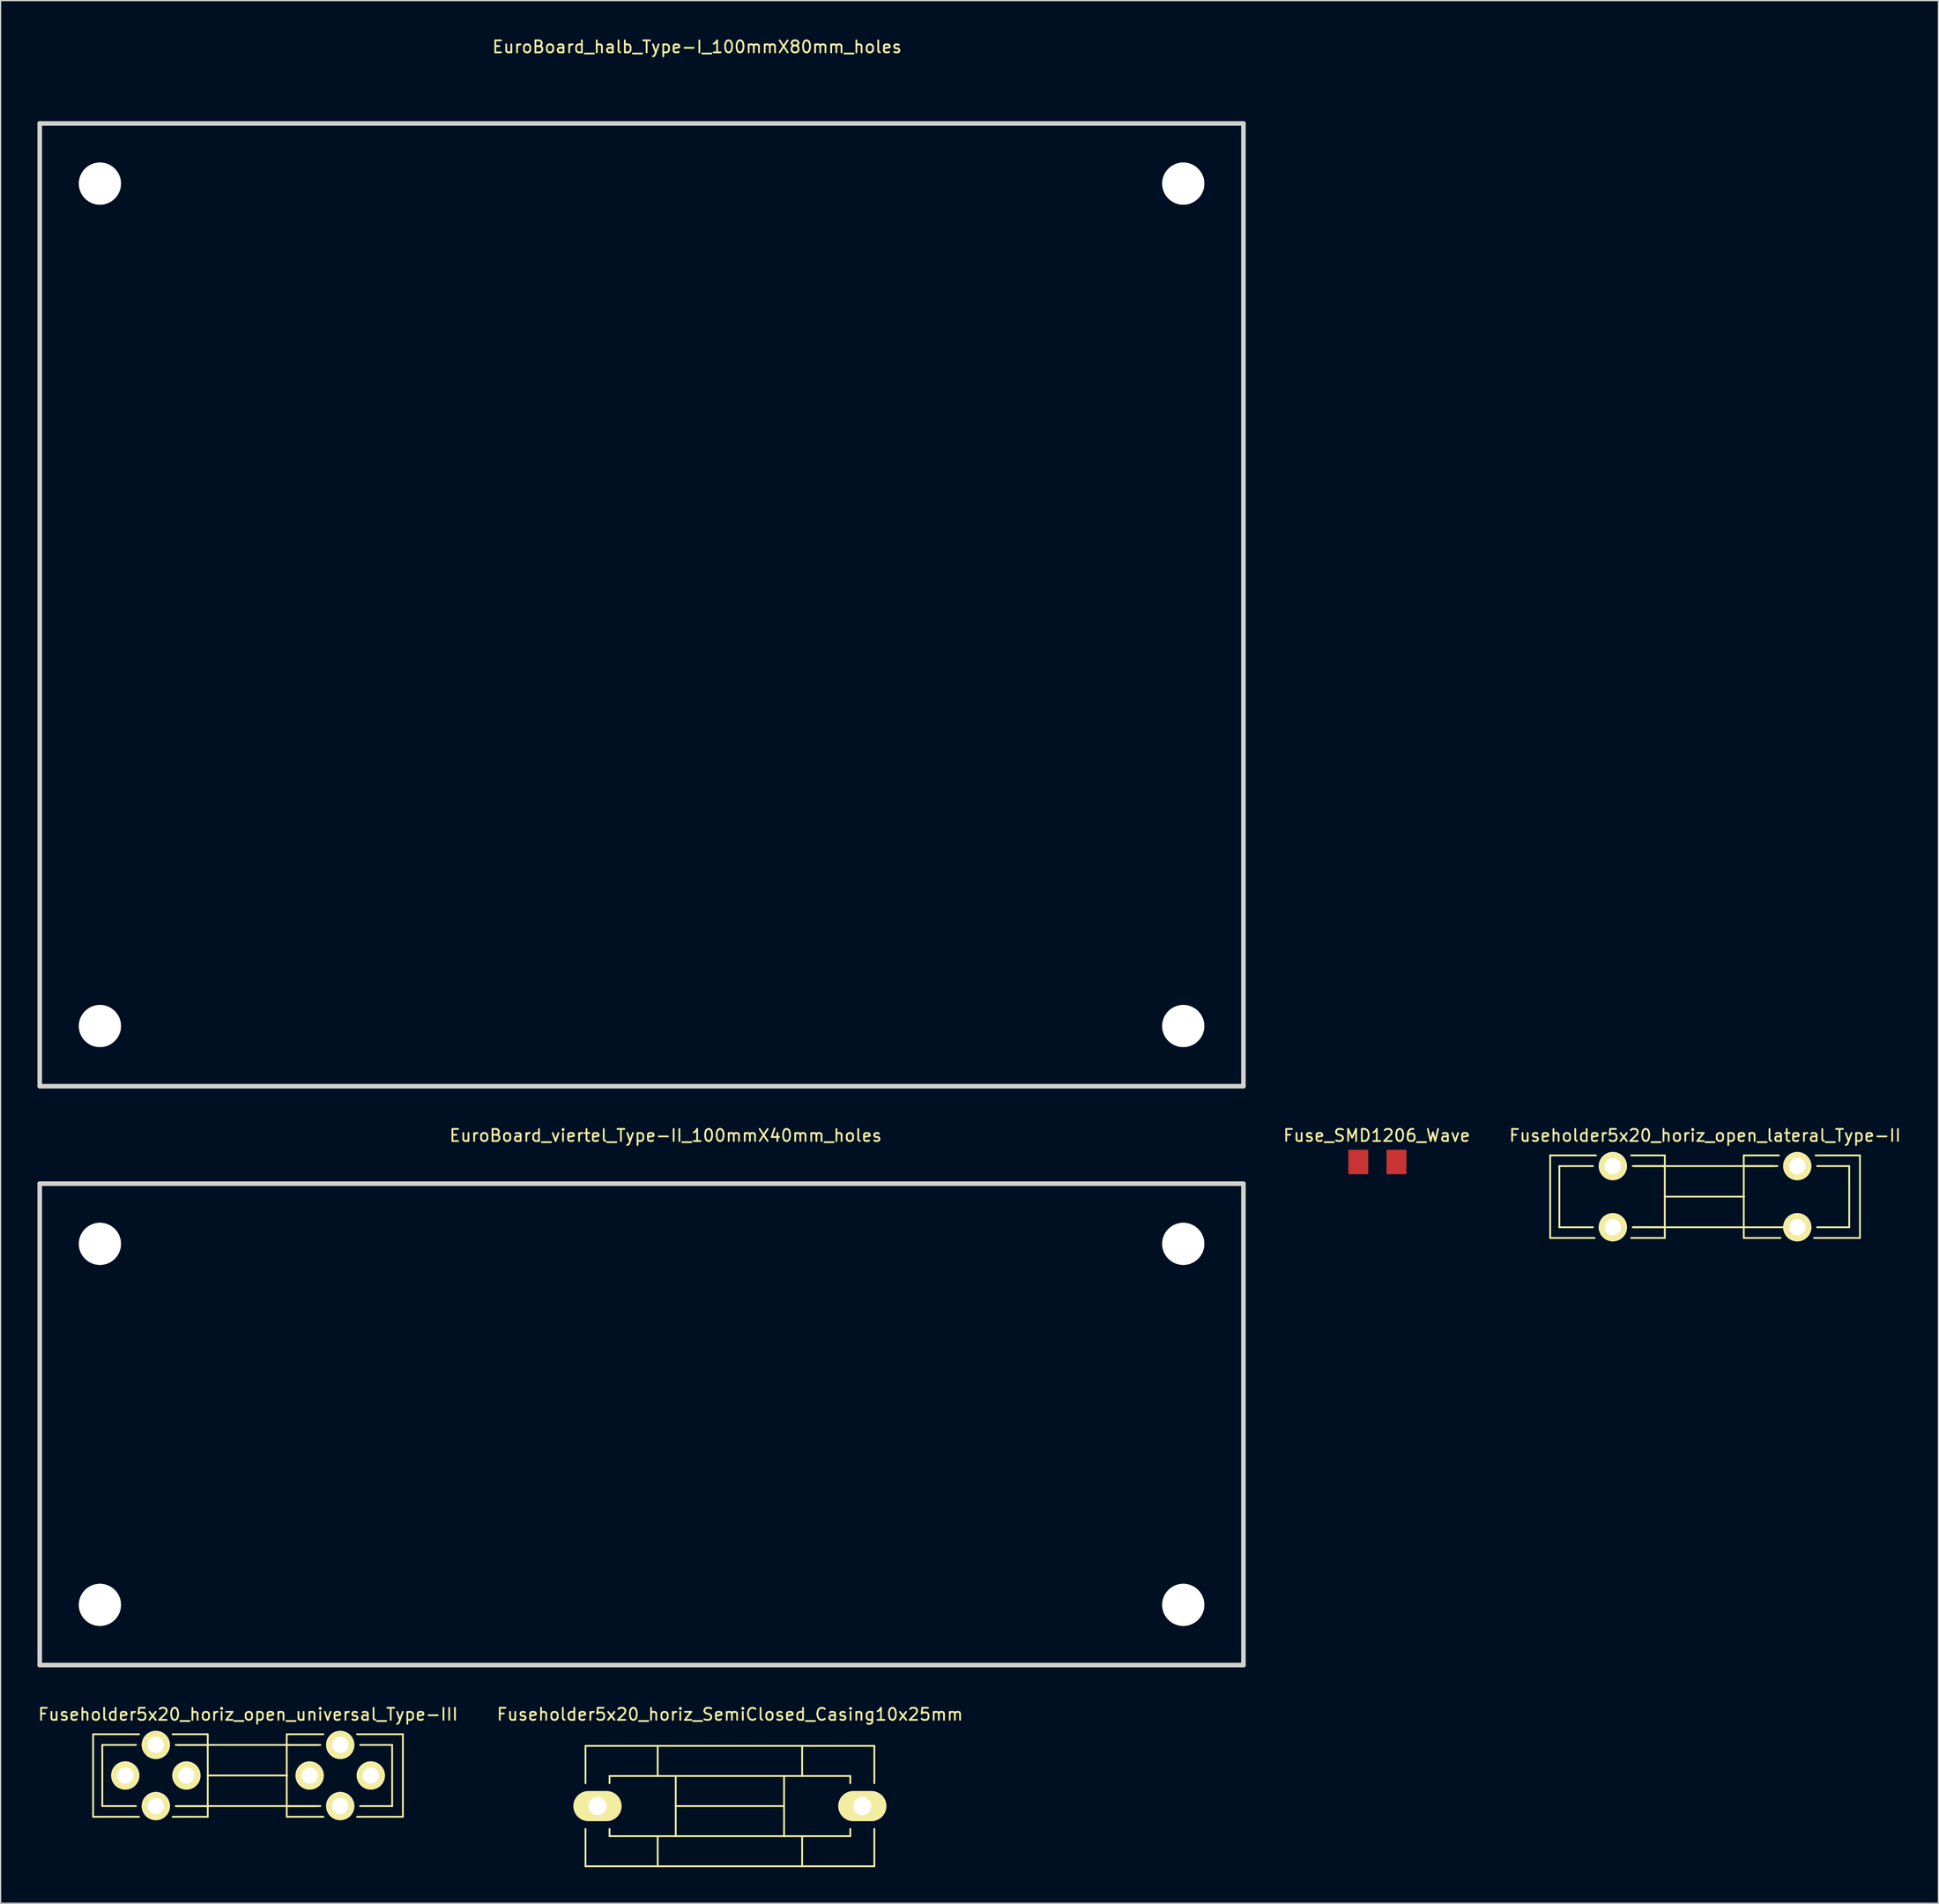
<source format=kicad_pcb>
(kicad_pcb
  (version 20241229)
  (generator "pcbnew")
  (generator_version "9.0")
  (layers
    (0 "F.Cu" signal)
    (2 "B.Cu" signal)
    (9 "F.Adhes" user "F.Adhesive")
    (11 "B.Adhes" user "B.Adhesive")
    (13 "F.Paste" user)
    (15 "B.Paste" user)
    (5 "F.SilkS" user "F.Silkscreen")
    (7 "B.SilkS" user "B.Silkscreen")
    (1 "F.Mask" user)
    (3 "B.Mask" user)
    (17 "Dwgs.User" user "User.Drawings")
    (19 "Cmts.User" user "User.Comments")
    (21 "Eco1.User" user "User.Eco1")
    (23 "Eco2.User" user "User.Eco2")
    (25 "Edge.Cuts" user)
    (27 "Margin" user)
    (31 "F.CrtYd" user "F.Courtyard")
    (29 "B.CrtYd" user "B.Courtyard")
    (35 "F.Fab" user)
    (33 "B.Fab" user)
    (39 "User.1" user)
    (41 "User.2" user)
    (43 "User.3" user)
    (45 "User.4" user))
  (footprint "Fuseholder5x20_horiz_open_universal_Type-III"
    (layer "F.Cu")
    (at 17.554 144.485)
    (property "Reference" "Fuseholder5x20_horiz_open_universal_Type-III" (at 0 -5.08 0) (layer "F.SilkS") (effects (font (size 1 1) (thickness 0.15))))
    (attr through_hole)
    (fp_line (start -12.868 -3.429) (end -12.868 3.429) (stroke (width 0.15) (type solid)) (layer "F.SilkS"))
    (fp_line (start -12.865 -3.429) (end -9.055 -3.429) (stroke (width 0.15) (type solid)) (layer "F.SilkS"))
    (fp_line (start -12.865 3.429) (end -9.055 3.429) (stroke (width 0.15) (type solid)) (layer "F.SilkS"))
    (fp_line (start -12.106 -2.54) (end -12.106 2.54) (stroke (width 0.15) (type solid)) (layer "F.SilkS"))
    (fp_line (start -12.103 -2.54) (end -9.309 -2.54) (stroke (width 0.15) (type solid)) (layer "F.SilkS"))
    (fp_line (start -12.103 2.54) (end -9.309 2.54) (stroke (width 0.15) (type solid)) (layer "F.SilkS"))
    (fp_line (start -5.842 -2.54) (end 5.715 -2.54) (stroke (width 0.15) (type solid)) (layer "F.SilkS"))
    (fp_line (start -3.343 -3.429) (end -3.343 -2.413) (stroke (width 0.15) (type solid)) (layer "F.SilkS"))
    (fp_line (start -3.343 0) (end -3.343 -2.54) (stroke (width 0.15) (type solid)) (layer "F.SilkS"))
    (fp_line (start -3.343 2.54) (end -3.343 0) (stroke (width 0.15) (type solid)) (layer "F.SilkS"))
    (fp_line (start -3.343 3.429) (end -3.343 2.54) (stroke (width 0.15) (type solid)) (layer "F.SilkS"))
    (fp_line (start -3.34 -3.429) (end -6.261 -3.429) (stroke (width 0.15) (type solid)) (layer "F.SilkS"))
    (fp_line (start -3.34 -2.54) (end -6.007 -2.54) (stroke (width 0.15) (type solid)) (layer "F.SilkS"))
    (fp_line (start -3.34 2.54) (end -6.007 2.54) (stroke (width 0.15) (type solid)) (layer "F.SilkS"))
    (fp_line (start -3.34 3.429) (end -6.261 3.429) (stroke (width 0.15) (type solid)) (layer "F.SilkS"))
    (fp_line (start -3.251 0) (end 3.251 0) (stroke (width 0.15) (type solid)) (layer "F.SilkS"))
    (fp_line (start 3.216 -3.429) (end 3.216 -2.54) (stroke (width 0.15) (type solid)) (layer "F.SilkS"))
    (fp_line (start 3.216 -3.429) (end 6.264 -3.429) (stroke (width 0.15) (type solid)) (layer "F.SilkS"))
    (fp_line (start 3.216 -2.54) (end 6.01 -2.54) (stroke (width 0.15) (type solid)) (layer "F.SilkS"))
    (fp_line (start 3.216 0) (end 3.216 -2.54) (stroke (width 0.15) (type solid)) (layer "F.SilkS"))
    (fp_line (start 3.216 2.54) (end 3.216 0) (stroke (width 0.15) (type solid)) (layer "F.SilkS"))
    (fp_line (start 3.216 2.54) (end 6.01 2.54) (stroke (width 0.15) (type solid)) (layer "F.SilkS"))
    (fp_line (start 3.216 3.429) (end 3.216 2.54) (stroke (width 0.15) (type solid)) (layer "F.SilkS"))
    (fp_line (start 3.216 3.429) (end 6.264 3.429) (stroke (width 0.15) (type solid)) (layer "F.SilkS"))
    (fp_line (start 5.715 2.54) (end -5.969 2.54) (stroke (width 0.15) (type solid)) (layer "F.SilkS"))
    (fp_line (start 11.976 -2.54) (end 11.976 2.54) (stroke (width 0.15) (type solid)) (layer "F.SilkS"))
    (fp_line (start 11.979 -2.54) (end 9.312 -2.54) (stroke (width 0.15) (type solid)) (layer "F.SilkS"))
    (fp_line (start 11.979 2.54) (end 9.312 2.54) (stroke (width 0.15) (type solid)) (layer "F.SilkS"))
    (fp_line (start 12.868 -3.429) (end 9.058 -3.429) (stroke (width 0.15) (type solid)) (layer "F.SilkS"))
    (fp_line (start 12.868 -3.429) (end 12.868 3.429) (stroke (width 0.15) (type solid)) (layer "F.SilkS"))
    (fp_line (start 12.868 3.429) (end 9.058 3.429) (stroke (width 0.15) (type solid)) (layer "F.SilkS"))
    (pad "1" thru_hole circle (at -10.198 0) (size 2.349 2.349) (drill 1.349) (layers "*.Cu" "*.Mask" "F.SilkS"))
    (pad "1" thru_hole circle (at -7.658 -2.54) (size 2.349 2.349) (drill 1.349) (layers "*.Cu" "*.Mask" "F.SilkS"))
    (pad "1" thru_hole circle (at -7.658 2.54) (size 2.349 2.349) (drill 1.349) (layers "*.Cu" "*.Mask" "F.SilkS"))
    (pad "1" thru_hole circle (at -5.118 0) (size 2.349 2.349) (drill 1.349) (layers "*.Cu" "*.Mask" "F.SilkS"))
    (pad "2" thru_hole circle (at 5.121 0) (size 2.349 2.349) (drill 1.349) (layers "*.Cu" "*.Mask" "F.SilkS"))
    (pad "2" thru_hole circle (at 7.661 -2.54) (size 2.349 2.349) (drill 1.349) (layers "*.Cu" "*.Mask" "F.SilkS"))
    (pad "2" thru_hole circle (at 7.661 2.54) (size 2.349 2.349) (drill 1.349) (layers "*.Cu" "*.Mask" "F.SilkS"))
    (pad "2" thru_hole circle (at 10.201 0) (size 2.349 2.349) (drill 1.349) (layers "*.Cu" "*.Mask" "F.SilkS")))
  (footprint "Fuseholder5x20_horiz_open_lateral_Type-II"
    (layer "F.Cu")
    (at 138.601 96.386)
    (property "Reference" "Fuseholder5x20_horiz_open_lateral_Type-II" (at 0 -5.08 0) (layer "F.SilkS") (effects (font (size 1 1) (thickness 0.15))))
    (attr through_hole)
    (fp_line (start -12.868 -3.429) (end -12.868 3.429) (stroke (width 0.15) (type solid)) (layer "F.SilkS"))
    (fp_line (start -12.868 -3.429) (end -9.058 -3.429) (stroke (width 0.15) (type solid)) (layer "F.SilkS"))
    (fp_line (start -12.868 3.429) (end -9.185 3.429) (stroke (width 0.15) (type solid)) (layer "F.SilkS"))
    (fp_line (start -12.106 -2.54) (end -9.312 -2.54) (stroke (width 0.15) (type solid)) (layer "F.SilkS"))
    (fp_line (start -12.106 2.54) (end -9.312 2.54) (stroke (width 0.15) (type solid)) (layer "F.SilkS"))
    (fp_line (start -12.103 -2.54) (end -12.103 2.54) (stroke (width 0.15) (type solid)) (layer "F.SilkS"))
    (fp_line (start -5.883 2.54) (end -6.01 2.54) (stroke (width 0.15) (type solid)) (layer "F.SilkS"))
    (fp_line (start -5.883 2.54) (end -3.343 2.54) (stroke (width 0.15) (type solid)) (layer "F.SilkS"))
    (fp_line (start -5.842 -2.54) (end 5.715 -2.54) (stroke (width 0.15) (type solid)) (layer "F.SilkS"))
    (fp_line (start -3.343 -3.429) (end -6.137 -3.429) (stroke (width 0.15) (type solid)) (layer "F.SilkS"))
    (fp_line (start -3.343 -3.429) (end -3.343 -2.413) (stroke (width 0.15) (type solid)) (layer "F.SilkS"))
    (fp_line (start -3.343 -2.54) (end -6.01 -2.54) (stroke (width 0.15) (type solid)) (layer "F.SilkS"))
    (fp_line (start -3.343 0) (end -3.343 -2.54) (stroke (width 0.15) (type solid)) (layer "F.SilkS"))
    (fp_line (start -3.343 2.54) (end -3.343 0) (stroke (width 0.15) (type solid)) (layer "F.SilkS"))
    (fp_line (start -3.343 3.429) (end -6.137 3.429) (stroke (width 0.15) (type solid)) (layer "F.SilkS"))
    (fp_line (start -3.343 3.429) (end -3.343 2.54) (stroke (width 0.15) (type solid)) (layer "F.SilkS"))
    (fp_line (start 3.216 -3.429) (end 3.216 -2.54) (stroke (width 0.15) (type solid)) (layer "F.SilkS"))
    (fp_line (start 3.216 -3.429) (end 6.137 -3.429) (stroke (width 0.15) (type solid)) (layer "F.SilkS"))
    (fp_line (start 3.216 -2.54) (end 6.01 -2.54) (stroke (width 0.15) (type solid)) (layer "F.SilkS"))
    (fp_line (start 3.216 0) (end 3.216 -2.54) (stroke (width 0.15) (type solid)) (layer "F.SilkS"))
    (fp_line (start 3.216 2.54) (end 3.216 0) (stroke (width 0.15) (type solid)) (layer "F.SilkS"))
    (fp_line (start 3.216 3.429) (end 3.216 2.54) (stroke (width 0.15) (type solid)) (layer "F.SilkS"))
    (fp_line (start 3.216 3.429) (end 6.264 3.429) (stroke (width 0.15) (type solid)) (layer "F.SilkS"))
    (fp_line (start 3.251 0) (end -3.251 0) (stroke (width 0.15) (type solid)) (layer "F.SilkS"))
    (fp_line (start 5.715 2.54) (end -5.969 2.54) (stroke (width 0.15) (type solid)) (layer "F.SilkS"))
    (fp_line (start 5.715 2.54) (end 8.382 2.54) (stroke (width 0.15) (type solid)) (layer "F.SilkS"))
    (fp_line (start 11.976 -2.54) (end 9.309 -2.54) (stroke (width 0.15) (type solid)) (layer "F.SilkS"))
    (fp_line (start 11.976 -2.54) (end 11.976 2.54) (stroke (width 0.15) (type solid)) (layer "F.SilkS"))
    (fp_line (start 11.979 2.54) (end 9.312 2.54) (stroke (width 0.15) (type solid)) (layer "F.SilkS"))
    (fp_line (start 12.868 -3.429) (end 9.185 -3.429) (stroke (width 0.15) (type solid)) (layer "F.SilkS"))
    (fp_line (start 12.868 -3.429) (end 12.868 3.429) (stroke (width 0.15) (type solid)) (layer "F.SilkS"))
    (fp_line (start 12.868 3.429) (end 9.058 3.429) (stroke (width 0.15) (type solid)) (layer "F.SilkS"))
    (pad "1" thru_hole circle (at -7.661 -2.54) (size 2.349 2.349) (drill 1.349) (layers "*.Cu" "*.Mask" "F.SilkS"))
    (pad "1" thru_hole circle (at -7.661 2.54) (size 2.349 2.349) (drill 1.349) (layers "*.Cu" "*.Mask" "F.SilkS"))
    (pad "2" thru_hole circle (at 7.661 -2.54) (size 2.349 2.349) (drill 1.349) (layers "*.Cu" "*.Mask" "F.SilkS"))
    (pad "2" thru_hole circle (at 7.661 2.54) (size 2.349 2.349) (drill 1.349) (layers "*.Cu" "*.Mask" "F.SilkS")))
  (footprint "EuroBoard_halb_Type-I_100mmX80mm_holes"
    (layer "F.Cu")
    (at 0.25 87.208)
    (property "Reference" "EuroBoard_halb_Type-I_100mmX80mm_holes" (at 54.61 -86.36 0) (layer "F.SilkS") (effects (font (size 1 1) (thickness 0.15))))
    (attr through_hole)
    (fp_line (start 0 -80) (end 100 -80) (stroke (width 0.381) (type solid)) (layer "Edge.Cuts"))
    (fp_line (start 0 0) (end 0 -80) (stroke (width 0.381) (type solid)) (layer "Edge.Cuts"))
    (fp_line (start 100 -80) (end 100 0) (stroke (width 0.381) (type solid)) (layer "Edge.Cuts"))
    (fp_line (start 100 0) (end 0 0) (stroke (width 0.381) (type solid)) (layer "Edge.Cuts"))
    (pad "" np_thru_hole circle (at 5.001 -75.001) (size 3.5 3.5) (drill 3.5) (layers "*.Cu" "*.Mask" "F.SilkS"))
    (pad "" np_thru_hole circle (at 5.001 -5.001) (size 3.5 3.5) (drill 3.5) (layers "*.Cu" "*.Mask" "F.SilkS"))
    (pad "" np_thru_hole circle (at 95.001 -75.001) (size 3.5 3.5) (drill 3.5) (layers "*.Cu" "*.Mask" "F.SilkS"))
    (pad "" np_thru_hole circle (at 95.001 -5.001) (size 3.5 3.5) (drill 3.5) (layers "*.Cu" "*.Mask" "F.SilkS")))
  (footprint "Fuse_SMD1206_Wave"
    (layer "F.Cu")
    (at 111.378 93.506)
    (property "Reference" "Fuse_SMD1206_Wave" (at -0.051 -2.2 0) (layer "F.SilkS") (effects (font (size 1 1) (thickness 0.15))))
    (attr smd)
    (pad "1" smd rect (at -1.585 0 90) (size 2.029 1.651) (layers "F.Cu" "F.Mask" "F.Paste"))
    (pad "2" smd rect (at 1.585 0 90) (size 2.029 1.651) (layers "F.Cu" "F.Mask" "F.Paste")))
  (footprint "EuroBoard_viertel_Type-II_100mmX40mm_holes"
    (layer "F.Cu")
    (at 0.25 135.307)
    (property "Reference" "EuroBoard_viertel_Type-II_100mmX40mm_holes" (at 51.999 -44 0) (layer "F.SilkS") (effects (font (size 1 1) (thickness 0.15))))
    (attr through_hole)
    (fp_line (start 0 -40) (end 0 0) (stroke (width 0.381) (type solid)) (layer "Edge.Cuts"))
    (fp_line (start 0 0) (end 100 0) (stroke (width 0.381) (type solid)) (layer "Edge.Cuts"))
    (fp_line (start 100 -40) (end 0 -40) (stroke (width 0.381) (type solid)) (layer "Edge.Cuts"))
    (fp_line (start 100 0) (end 100 -40) (stroke (width 0.381) (type solid)) (layer "Edge.Cuts"))
    (pad "" np_thru_hole circle (at 5.001 -35.001) (size 3.5 3.5) (drill 3.5) (layers "*.Cu" "*.Mask" "F.SilkS"))
    (pad "" np_thru_hole circle (at 5.001 -5.001) (size 3.5 3.5) (drill 3.5) (layers "*.Cu" "*.Mask" "F.SilkS"))
    (pad "" np_thru_hole circle (at 95.001 -35.001) (size 3.5 3.5) (drill 3.5) (layers "*.Cu" "*.Mask" "F.SilkS"))
    (pad "" np_thru_hole circle (at 95.001 -5.001) (size 3.5 3.5) (drill 3.5) (layers "*.Cu" "*.Mask" "F.SilkS")))
  (footprint "Fuseholder5x20_horiz_SemiClosed_Casing10x25mm"
    (layer "F.Cu")
    (at 57.589 147.025)
    (property "Reference" "Fuseholder5x20_horiz_SemiClosed_Casing10x25mm" (at 0 -7.62 0) (layer "F.SilkS") (effects (font (size 1 1) (thickness 0.15))))
    (attr through_hole)
    (fp_line (start -11.999 -5.001) (end -11.999 -1.9) (stroke (width 0.15) (type solid)) (layer "F.SilkS"))
    (fp_line (start -11.999 1.9) (end -11.999 5.001) (stroke (width 0.15) (type solid)) (layer "F.SilkS"))
    (fp_line (start -11.999 5.001) (end 11.999 5.001) (stroke (width 0.15) (type solid)) (layer "F.SilkS"))
    (fp_line (start -10 -2.499) (end -10 -1.9) (stroke (width 0.15) (type solid)) (layer "F.SilkS"))
    (fp_line (start -10 1.9) (end -10 2.499) (stroke (width 0.15) (type solid)) (layer "F.SilkS"))
    (fp_line (start -10 2.499) (end 10 2.499) (stroke (width 0.15) (type solid)) (layer "F.SilkS"))
    (fp_line (start -5.999 -2.499) (end -5.999 -5.001) (stroke (width 0.15) (type solid)) (layer "F.SilkS"))
    (fp_line (start -5.999 5.001) (end -5.999 2.499) (stroke (width 0.15) (type solid)) (layer "F.SilkS"))
    (fp_line (start -4.501 -2.499) (end -4.501 2.499) (stroke (width 0.15) (type solid)) (layer "F.SilkS"))
    (fp_line (start -4.501 0) (end 4.501 0) (stroke (width 0.15) (type solid)) (layer "F.SilkS"))
    (fp_line (start 4.501 -2.499) (end 4.501 2.499) (stroke (width 0.15) (type solid)) (layer "F.SilkS"))
    (fp_line (start 5.999 -5.001) (end 5.999 -2.499) (stroke (width 0.15) (type solid)) (layer "F.SilkS"))
    (fp_line (start 5.999 5.001) (end 5.999 2.499) (stroke (width 0.15) (type solid)) (layer "F.SilkS"))
    (fp_line (start 10 -2.499) (end -10 -2.499) (stroke (width 0.15) (type solid)) (layer "F.SilkS"))
    (fp_line (start 10 -1.9) (end 10 -2.499) (stroke (width 0.15) (type solid)) (layer "F.SilkS"))
    (fp_line (start 10 2.499) (end 10 1.9) (stroke (width 0.15) (type solid)) (layer "F.SilkS"))
    (fp_line (start 11.999 -5.001) (end -11.999 -5.001) (stroke (width 0.15) (type solid)) (layer "F.SilkS"))
    (fp_line (start 11.999 -1.9) (end 11.999 -5.001) (stroke (width 0.15) (type solid)) (layer "F.SilkS"))
    (fp_line (start 11.999 5.001) (end 11.999 1.9) (stroke (width 0.15) (type solid)) (layer "F.SilkS"))
    (pad "1" thru_hole oval (at -11.001 0 270) (size 2.499 4) (drill 1.501) (layers "*.Cu" "*.Mask" "F.SilkS"))
    (pad "2" thru_hole oval (at 11.001 0 270) (size 2.499 4) (drill 1.501) (layers "*.Cu" "*.Mask" "F.SilkS")))
  (gr_rect
    (start -3 -3)
    (end 157.988 155.101)
    (stroke (width 0.1) (type default))
    (fill no)
    (layer "Edge.Cuts")))
</source>
